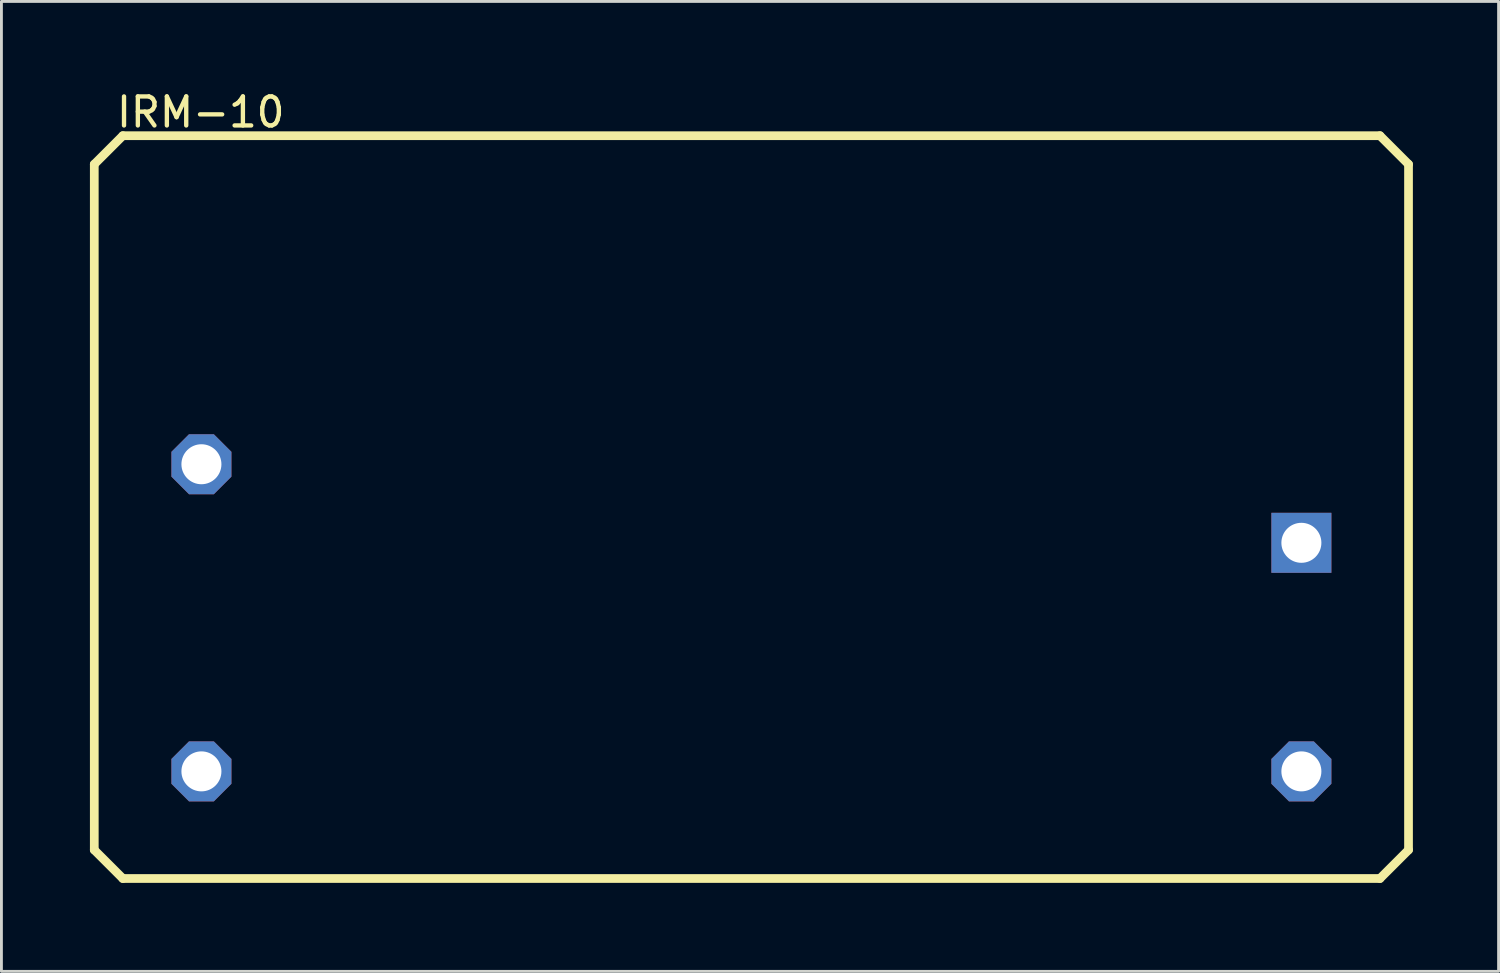
<source format=kicad_pcb>
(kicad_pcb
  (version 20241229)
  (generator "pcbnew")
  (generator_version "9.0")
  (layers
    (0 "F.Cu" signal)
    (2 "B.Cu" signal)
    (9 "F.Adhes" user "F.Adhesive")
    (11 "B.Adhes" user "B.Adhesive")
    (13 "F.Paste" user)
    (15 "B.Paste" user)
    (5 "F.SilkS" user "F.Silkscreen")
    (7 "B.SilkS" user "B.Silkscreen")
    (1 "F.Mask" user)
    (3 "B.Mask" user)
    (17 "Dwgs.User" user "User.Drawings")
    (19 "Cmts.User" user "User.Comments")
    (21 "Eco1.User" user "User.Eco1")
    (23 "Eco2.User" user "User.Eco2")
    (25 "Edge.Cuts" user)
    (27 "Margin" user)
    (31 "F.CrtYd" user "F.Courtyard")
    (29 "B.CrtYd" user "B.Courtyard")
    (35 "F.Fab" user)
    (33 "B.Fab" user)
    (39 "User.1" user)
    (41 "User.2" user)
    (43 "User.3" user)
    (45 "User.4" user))
  (footprint "IRM-10"
    (layer "F.Cu")
    (at 0.25 27.699)
    (property "Reference" "IRM-10" (at 0.699 -26.226 0) (layer "F.SilkS") (effects (font (size 1.016 1.016) (thickness 0.152)) (justify left bottom)))
    (attr through_hole)
    (fp_line (start 0 -25) (end 0 -1) (stroke (width 0.305) (type solid)) (layer "F.SilkS"))
    (fp_line (start 0 -1) (end 1 0) (stroke (width 0.305) (type solid)) (layer "F.SilkS"))
    (fp_line (start 1 -26) (end 0 -25) (stroke (width 0.305) (type solid)) (layer "F.SilkS"))
    (fp_line (start 1 0) (end 45 0) (stroke (width 0.305) (type solid)) (layer "F.SilkS"))
    (fp_line (start 45 -26) (end 1 -26) (stroke (width 0.305) (type solid)) (layer "F.SilkS"))
    (fp_line (start 45 0) (end 46 -1) (stroke (width 0.305) (type solid)) (layer "F.SilkS"))
    (fp_line (start 46 -25) (end 45 -26) (stroke (width 0.305) (type solid)) (layer "F.SilkS"))
    (fp_line (start 46 -1) (end 46 -25) (stroke (width 0.305) (type solid)) (layer "F.SilkS"))
    (pad "ACL" thru_hole roundrect (at 3.75 -3.75) (size 2.1 2.1) (drill 1.4) (layers "*.Cu" "*.Mask") (roundrect_rratio 0.25) (chamfer_ratio 0.293) (chamfer top_left top_right bottom_left bottom_right))
    (pad "ACN" thru_hole roundrect (at 3.75 -14.5) (size 2.1 2.1) (drill 1.4) (layers "*.Cu" "*.Mask") (roundrect_rratio 0.25) (chamfer_ratio 0.293) (chamfer top_left top_right bottom_left bottom_right))
    (pad "V+" thru_hole rect (at 42.25 -11.75) (size 2.1 2.1) (drill 1.4) (layers "*.Cu" "*.Mask"))
    (pad "V-" thru_hole roundrect (at 42.25 -3.75) (size 2.1 2.1) (drill 1.4) (layers "*.Cu" "*.Mask") (roundrect_rratio 0.25) (chamfer_ratio 0.293) (chamfer top_left top_right bottom_left bottom_right)))
  (gr_rect
    (start -3 -3)
    (end 49.402 30.949)
    (stroke (width 0.1) (type default))
    (fill no)
    (layer "Edge.Cuts")))
</source>
